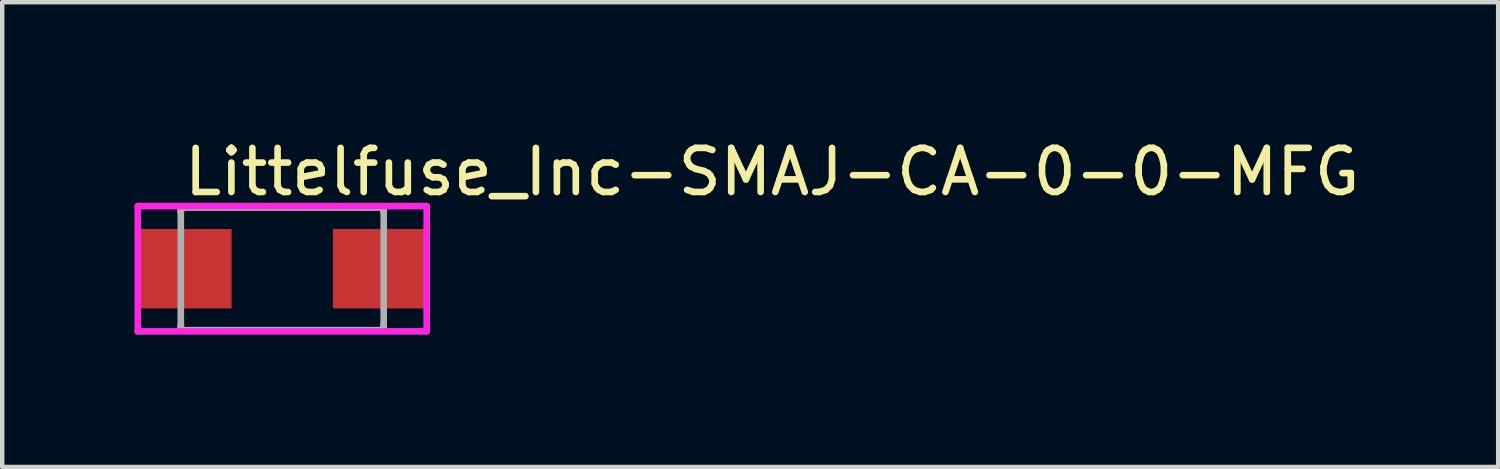
<source format=kicad_pcb>
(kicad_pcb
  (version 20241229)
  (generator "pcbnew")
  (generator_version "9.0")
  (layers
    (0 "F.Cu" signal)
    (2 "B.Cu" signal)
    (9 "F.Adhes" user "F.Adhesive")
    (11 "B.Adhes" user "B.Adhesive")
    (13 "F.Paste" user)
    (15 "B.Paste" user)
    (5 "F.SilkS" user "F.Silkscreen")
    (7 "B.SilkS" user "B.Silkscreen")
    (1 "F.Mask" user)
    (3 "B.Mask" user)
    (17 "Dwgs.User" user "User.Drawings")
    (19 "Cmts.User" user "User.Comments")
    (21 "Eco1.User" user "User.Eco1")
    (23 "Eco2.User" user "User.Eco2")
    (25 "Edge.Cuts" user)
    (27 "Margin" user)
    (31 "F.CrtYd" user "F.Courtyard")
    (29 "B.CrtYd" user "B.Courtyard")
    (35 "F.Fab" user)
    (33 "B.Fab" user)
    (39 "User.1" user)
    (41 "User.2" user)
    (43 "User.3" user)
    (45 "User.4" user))
  (footprint "Littelfuse_Inc-SMAJ-CA-0-0-MFG"
    (layer "F.Cu")
    (at 3.35 3.043)
    (property "Reference" "Littelfuse_Inc-SMAJ-CA-0-0-MFG" (at -2.3 -2.195 0) (layer "F.SilkS") (effects (font (size 1 1) (thickness 0.15)) (justify left)))
    (attr through_hole)
    (fp_line (start -2.3 -1.395) (end 2.3 -1.395) (stroke (width 0.15) (type solid)) (layer "F.SilkS"))
    (fp_line (start -2.3 -1.275) (end -2.3 -1.395) (stroke (width 0.15) (type solid)) (layer "F.SilkS"))
    (fp_line (start -2.3 1.395) (end -2.3 1.275) (stroke (width 0.15) (type solid)) (layer "F.SilkS"))
    (fp_line (start -2.3 1.395) (end 2.3 1.395) (stroke (width 0.15) (type solid)) (layer "F.SilkS"))
    (fp_line (start 2.3 -1.275) (end 2.3 -1.395) (stroke (width 0.15) (type solid)) (layer "F.SilkS"))
    (fp_line (start 2.3 1.395) (end 2.3 1.275) (stroke (width 0.15) (type solid)) (layer "F.SilkS"))
    (fp_line (start -3.275 -1.42) (end -3.275 1.42) (stroke (width 0.15) (type solid)) (layer "F.CrtYd"))
    (fp_line (start -3.275 1.42) (end 3.275 1.42) (stroke (width 0.15) (type solid)) (layer "F.CrtYd"))
    (fp_line (start 3.275 -1.42) (end -3.275 -1.42) (stroke (width 0.15) (type solid)) (layer "F.CrtYd"))
    (fp_line (start 3.275 -1.42) (end 3.275 -1.42) (stroke (width 0.15) (type solid)) (layer "F.CrtYd"))
    (fp_line (start 3.275 1.42) (end 3.275 -1.42) (stroke (width 0.15) (type solid)) (layer "F.CrtYd"))
    (fp_line (start -2.3 -1.395) (end 2.3 -1.395) (stroke (width 0.15) (type solid)) (layer "F.Fab"))
    (fp_line (start -2.3 1.395) (end -2.3 -1.395) (stroke (width 0.15) (type solid)) (layer "F.Fab"))
    (fp_line (start 2.3 -1.395) (end 2.3 1.395) (stroke (width 0.15) (type solid)) (layer "F.Fab"))
    (fp_line (start 2.3 1.395) (end -2.3 1.395) (stroke (width 0.15) (type solid)) (layer "F.Fab"))
    (pad "1" smd rect (at -2.2 0) (size 2.1 1.8) (layers "F.Cu" "F.Mask" "F.Paste"))
    (pad "2" smd rect (at 2.2 0) (size 2.1 1.8) (layers "F.Cu" "F.Mask" "F.Paste")))
  (gr_rect
    (start -3 -3)
    (end 30.919 7.538)
    (stroke (width 0.1) (type default))
    (fill no)
    (layer "Edge.Cuts")))
</source>
